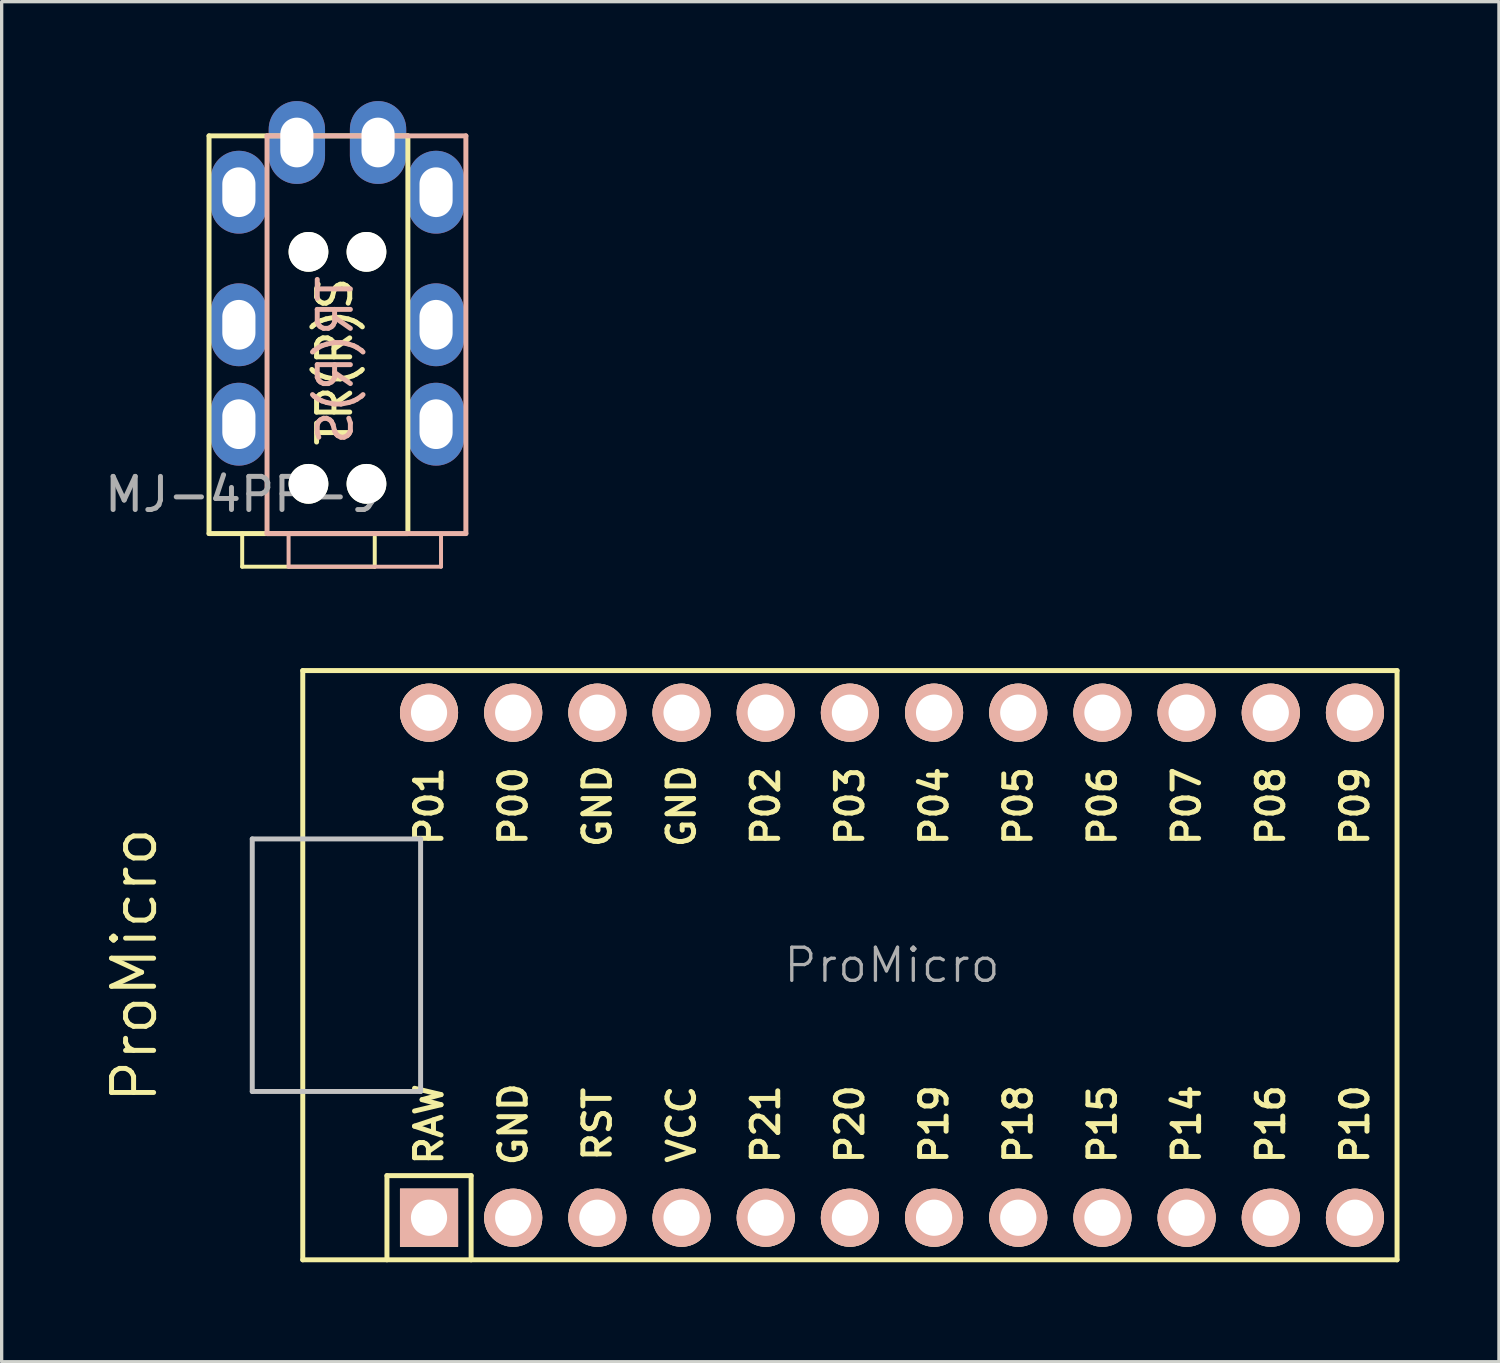
<source format=kicad_pcb>
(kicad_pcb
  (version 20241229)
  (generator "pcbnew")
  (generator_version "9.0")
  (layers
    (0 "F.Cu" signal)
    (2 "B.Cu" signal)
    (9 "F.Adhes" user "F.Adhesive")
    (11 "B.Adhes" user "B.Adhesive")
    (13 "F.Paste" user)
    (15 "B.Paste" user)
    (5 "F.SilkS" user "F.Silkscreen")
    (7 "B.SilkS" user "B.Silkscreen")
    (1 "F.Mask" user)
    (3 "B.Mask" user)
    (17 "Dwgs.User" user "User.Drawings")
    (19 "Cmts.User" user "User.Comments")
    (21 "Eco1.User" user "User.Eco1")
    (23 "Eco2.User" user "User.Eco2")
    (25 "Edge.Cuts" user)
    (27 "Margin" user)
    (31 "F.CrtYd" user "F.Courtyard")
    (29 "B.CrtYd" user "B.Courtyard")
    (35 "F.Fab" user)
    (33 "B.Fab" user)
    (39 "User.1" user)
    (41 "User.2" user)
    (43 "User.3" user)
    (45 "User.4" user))
  (footprint "MJ-4PP-9"
    (layer "F.Cu")
    (at 6.258 1.05)
    (property "Reference" "MJ-4PP-9" (at -1.99 10.82 180) (layer "F.Fab") (effects (font (size 1 1) (thickness 0.15))))
    (attr through_hole)
    (fp_line (start -3 0) (end 3 0) (stroke (width 0.15) (type solid)) (layer "F.SilkS"))
    (fp_line (start -3 12) (end -3 0) (stroke (width 0.15) (type solid)) (layer "F.SilkS"))
    (fp_line (start -2 12) (end -2 13) (stroke (width 0.12) (type solid)) (layer "F.SilkS"))
    (fp_line (start -2 13) (end 2 13) (stroke (width 0.12) (type solid)) (layer "F.SilkS"))
    (fp_line (start 2 13) (end 2 12.1) (stroke (width 0.12) (type solid)) (layer "F.SilkS"))
    (fp_line (start 3 0) (end 3 12) (stroke (width 0.15) (type solid)) (layer "F.SilkS"))
    (fp_line (start 3 12) (end -3 12) (stroke (width 0.15) (type solid)) (layer "F.SilkS"))
    (fp_line (start -1.25 0) (end 4.75 0) (stroke (width 0.15) (type solid)) (layer "B.SilkS"))
    (fp_line (start -1.25 12) (end -1.25 0) (stroke (width 0.15) (type solid)) (layer "B.SilkS"))
    (fp_line (start -0.6 13) (end -0.6 12) (stroke (width 0.12) (type solid)) (layer "B.SilkS"))
    (fp_line (start 4 12) (end 4 13) (stroke (width 0.12) (type solid)) (layer "B.SilkS"))
    (fp_line (start 4 13) (end -0.6 13) (stroke (width 0.12) (type solid)) (layer "B.SilkS"))
    (fp_line (start 4.75 0) (end 4.75 12) (stroke (width 0.15) (type solid)) (layer "B.SilkS"))
    (fp_line (start 4.75 12) (end -1.25 12) (stroke (width 0.15) (type solid)) (layer "B.SilkS"))
    (fp_text user "TR(R)S" (at 0.79 6.81 270) (layer "F.SilkS") (effects (font (size 1 1) (thickness 0.15))))
    (fp_text user "TR(R)S" (at 0.81 6.76 270) (layer "B.SilkS") (effects (font (size 1 1) (thickness 0.15)) (justify mirror)))
    (pad "" np_thru_hole circle (at 0 3.5 180) (size 1.2 1.2) (drill 1.2) (layers "*.Cu" "*.Mask" "F.SilkS"))
    (pad "" np_thru_hole circle (at 0 10.5 180) (size 1.2 1.2) (drill 1.2) (layers "*.Cu" "*.Mask" "F.SilkS"))
    (pad "" np_thru_hole circle (at 1.75 3.5 180) (size 1.2 1.2) (drill 1.2) (layers "*.Cu" "*.Mask" "F.SilkS"))
    (pad "" np_thru_hole circle (at 1.75 10.5 180) (size 1.2 1.2) (drill 1.2) (layers "*.Cu" "*.Mask" "F.SilkS"))
    (pad "R1" thru_hole oval (at -2.1 5.7 180) (size 1.7 2.5) (drill oval 1 1.5) (layers "*.Cu" "B.Mask"))
    (pad "R1" thru_hole oval (at 3.85 5.7 180) (size 1.7 2.5) (drill oval 1 1.5) (layers "*.Cu" "F.Mask"))
    (pad "R2" thru_hole oval (at -2.1 8.7 180) (size 1.7 2.5) (drill oval 1 1.5) (layers "*.Cu" "B.Mask"))
    (pad "R2" thru_hole oval (at 3.85 8.7 180) (size 1.7 2.5) (drill oval 1 1.5) (layers "*.Cu" "F.Mask"))
    (pad "S" thru_hole oval (at -0.35 0.2 180) (size 1.7 2.5) (drill oval 1 1.5) (layers "*.Cu" "F.Mask"))
    (pad "S" thru_hole oval (at 2.1 0.2 180) (size 1.7 2.5) (drill oval 1 1.5) (layers "*.Cu" "B.Mask"))
    (pad "T" thru_hole oval (at -2.1 1.7 180) (size 1.7 2.5) (drill oval 1 1.5) (layers "*.Cu" "B.Mask"))
    (pad "T" thru_hole oval (at 3.85 1.7 180) (size 1.7 2.5) (drill oval 1 1.5) (layers "*.Cu" "F.Mask")))
  (footprint "ProMicro"
    (layer "F.Cu")
    (at 23.866 26.075)
    (property "Reference" "ProMicro" (at -22.86 0 270) (layer "F.SilkS") (effects (font (size 1.27 1.27) (thickness 0.15))))
    (attr through_hole)
    (fp_line (start -17.78 -8.89) (end -17.78 8.89) (stroke (width 0.15) (type solid)) (layer "F.SilkS"))
    (fp_line (start -17.78 8.89) (end 15.24 8.89) (stroke (width 0.15) (type solid)) (layer "F.SilkS"))
    (fp_line (start -15.24 6.35) (end -15.24 8.89) (stroke (width 0.15) (type solid)) (layer "F.SilkS"))
    (fp_line (start -15.24 6.35) (end -12.7 6.35) (stroke (width 0.15) (type solid)) (layer "F.SilkS"))
    (fp_line (start -12.7 6.35) (end -12.7 8.89) (stroke (width 0.15) (type solid)) (layer "F.SilkS"))
    (fp_line (start 15.24 -8.89) (end -17.78 -8.89) (stroke (width 0.15) (type solid)) (layer "F.SilkS"))
    (fp_line (start 15.24 8.89) (end 15.24 -8.89) (stroke (width 0.15) (type solid)) (layer "F.SilkS"))
    (fp_line (start -19.304 -3.81) (end -14.224 -3.81) (stroke (width 0.15) (type solid)) (layer "Dwgs.User"))
    (fp_line (start -19.304 3.81) (end -19.304 -3.81) (stroke (width 0.15) (type solid)) (layer "Dwgs.User"))
    (fp_line (start -14.224 -3.81) (end -14.224 3.81) (stroke (width 0.15) (type solid)) (layer "Dwgs.User"))
    (fp_line (start -14.224 3.81) (end -19.304 3.81) (stroke (width 0.15) (type solid)) (layer "Dwgs.User"))
    (fp_text user "P10" (at 13.97 4.8 270) (layer "F.SilkS") (effects (font (size 0.8 0.8) (thickness 0.15))))
    (fp_text user "P09" (at 13.97 -4.8 270) (layer "F.SilkS") (effects (font (size 0.8 0.8) (thickness 0.15))))
    (fp_text user "P01" (at -13.97 -4.8 270) (layer "F.SilkS") (effects (font (size 0.8 0.8) (thickness 0.15))))
    (fp_text user "GND" (at -8.89 -4.8 270) (layer "F.SilkS") (effects (font (size 0.8 0.8) (thickness 0.15))))
    (fp_text user "P18" (at 3.81 4.8 270) (layer "F.SilkS") (effects (font (size 0.8 0.8) (thickness 0.15))))
    (fp_text user "P03" (at -1.27 -4.8 270) (layer "F.SilkS") (effects (font (size 0.8 0.8) (thickness 0.15))))
    (fp_text user "P06" (at 6.35 -4.8 270) (layer "F.SilkS") (effects (font (size 0.8 0.8) (thickness 0.15))))
    (fp_text user "P14" (at 8.89 4.8 270) (layer "F.SilkS") (effects (font (size 0.8 0.8) (thickness 0.15))))
    (fp_text user "P00" (at -11.43 -4.8 270) (layer "F.SilkS") (effects (font (size 0.8 0.8) (thickness 0.15))))
    (fp_text user "GND" (at -6.35 -4.8 270) (layer "F.SilkS") (effects (font (size 0.8 0.8) (thickness 0.15))))
    (fp_text user "P05" (at 3.81 -4.8 270) (layer "F.SilkS") (effects (font (size 0.8 0.8) (thickness 0.15))))
    (fp_text user "P20" (at -1.27 4.8 270) (layer "F.SilkS") (effects (font (size 0.8 0.8) (thickness 0.15))))
    (fp_text user "P08" (at 11.43 -4.8 270) (layer "F.SilkS") (effects (font (size 0.8 0.8) (thickness 0.15))))
    (fp_text user "RAW" (at -13.97 4.8 270) (layer "F.SilkS") (effects (font (size 0.8 0.8) (thickness 0.15))))
    (fp_text user "P04" (at 1.27 -4.8 270) (layer "F.SilkS") (effects (font (size 0.8 0.8) (thickness 0.15))))
    (fp_text user "RST" (at -8.89 4.8 270) (layer "F.SilkS") (effects (font (size 0.8 0.8) (thickness 0.15))))
    (fp_text user "P15" (at 6.35 4.8 270) (layer "F.SilkS") (effects (font (size 0.8 0.8) (thickness 0.15))))
    (fp_text user "P16" (at 11.43 4.8 270) (layer "F.SilkS") (effects (font (size 0.8 0.8) (thickness 0.15))))
    (fp_text user "P21" (at -3.81 4.8 270) (layer "F.SilkS") (effects (font (size 0.8 0.8) (thickness 0.15))))
    (fp_text user "VCC" (at -6.35 4.8 270) (layer "F.SilkS") (effects (font (size 0.8 0.8) (thickness 0.15))))
    (fp_text user "P07" (at 8.89 -4.8 270) (layer "F.SilkS") (effects (font (size 0.8 0.8) (thickness 0.15))))
    (fp_text user "P02" (at -3.81 -4.8 270) (layer "F.SilkS") (effects (font (size 0.8 0.8) (thickness 0.15))))
    (fp_text user "P19" (at 1.27 4.8 270) (layer "F.SilkS") (effects (font (size 0.8 0.8) (thickness 0.15))))
    (fp_text user "GND" (at -11.43 4.8 270) (layer "F.SilkS") (effects (font (size 0.8 0.8) (thickness 0.15))))
    (fp_text user "${REFERENCE}" (at 0 0 0) (layer "F.Fab") (effects (font (size 1 1) (thickness 0.1))))
    (pad "1" thru_hole rect (at -13.97 7.62) (size 1.753 1.753) (drill 1.092) (layers "*.Cu" "*.SilkS" "*.Mask"))
    (pad "2" thru_hole circle (at -11.43 7.62 90) (size 1.753 1.753) (drill 1.092) (layers "*.Cu" "*.SilkS" "*.Mask"))
    (pad "3" thru_hole circle (at -8.89 7.62 90) (size 1.753 1.753) (drill 1.092) (layers "*.Cu" "*.SilkS" "*.Mask"))
    (pad "4" thru_hole circle (at -6.35 7.62 90) (size 1.753 1.753) (drill 1.092) (layers "*.Cu" "*.SilkS" "*.Mask"))
    (pad "5" thru_hole circle (at -3.81 7.62 90) (size 1.753 1.753) (drill 1.092) (layers "*.Cu" "*.SilkS" "*.Mask"))
    (pad "6" thru_hole circle (at -1.27 7.62 90) (size 1.753 1.753) (drill 1.092) (layers "*.Cu" "*.SilkS" "*.Mask"))
    (pad "7" thru_hole circle (at 1.27 7.62 90) (size 1.753 1.753) (drill 1.092) (layers "*.Cu" "*.SilkS" "*.Mask"))
    (pad "8" thru_hole circle (at 3.81 7.62 90) (size 1.753 1.753) (drill 1.092) (layers "*.Cu" "*.SilkS" "*.Mask"))
    (pad "9" thru_hole circle (at 6.35 7.62 90) (size 1.753 1.753) (drill 1.092) (layers "*.Cu" "*.SilkS" "*.Mask"))
    (pad "10" thru_hole circle (at 8.89 7.62 90) (size 1.753 1.753) (drill 1.092) (layers "*.Cu" "*.SilkS" "*.Mask"))
    (pad "11" thru_hole circle (at 11.43 7.62 90) (size 1.753 1.753) (drill 1.092) (layers "*.Cu" "*.SilkS" "*.Mask"))
    (pad "12" thru_hole circle (at 13.97 7.62 90) (size 1.753 1.753) (drill 1.092) (layers "*.Cu" "*.SilkS" "*.Mask"))
    (pad "13" thru_hole circle (at -13.97 -7.62 90) (size 1.753 1.753) (drill 1.092) (layers "*.Cu" "*.SilkS" "*.Mask"))
    (pad "14" thru_hole circle (at -11.43 -7.62 90) (size 1.753 1.753) (drill 1.092) (layers "*.Cu" "*.SilkS" "*.Mask"))
    (pad "15" thru_hole circle (at -8.89 -7.62 90) (size 1.753 1.753) (drill 1.092) (layers "*.Cu" "*.SilkS" "*.Mask"))
    (pad "16" thru_hole circle (at -6.35 -7.62 90) (size 1.753 1.753) (drill 1.092) (layers "*.Cu" "*.SilkS" "*.Mask"))
    (pad "17" thru_hole circle (at -3.81 -7.62 90) (size 1.753 1.753) (drill 1.092) (layers "*.Cu" "*.SilkS" "*.Mask"))
    (pad "18" thru_hole circle (at -1.27 -7.62 90) (size 1.753 1.753) (drill 1.092) (layers "*.Cu" "*.SilkS" "*.Mask"))
    (pad "19" thru_hole circle (at 1.27 -7.62 90) (size 1.753 1.753) (drill 1.092) (layers "*.Cu" "*.SilkS" "*.Mask"))
    (pad "20" thru_hole circle (at 3.81 -7.62 90) (size 1.753 1.753) (drill 1.092) (layers "*.Cu" "*.SilkS" "*.Mask"))
    (pad "21" thru_hole circle (at 6.35 -7.62 90) (size 1.753 1.753) (drill 1.092) (layers "*.Cu" "*.SilkS" "*.Mask"))
    (pad "22" thru_hole circle (at 8.89 -7.62 90) (size 1.753 1.753) (drill 1.092) (layers "*.Cu" "*.SilkS" "*.Mask"))
    (pad "23" thru_hole circle (at 11.43 -7.62 90) (size 1.753 1.753) (drill 1.092) (layers "*.Cu" "*.SilkS" "*.Mask"))
    (pad "24" thru_hole circle (at 13.97 -7.62 90) (size 1.753 1.753) (drill 1.092) (layers "*.Cu" "*.SilkS" "*.Mask")))
  (gr_rect
    (start -3 -3)
    (end 42.181 38.04)
    (stroke (width 0.1) (type default))
    (fill no)
    (layer "Edge.Cuts")))
</source>
